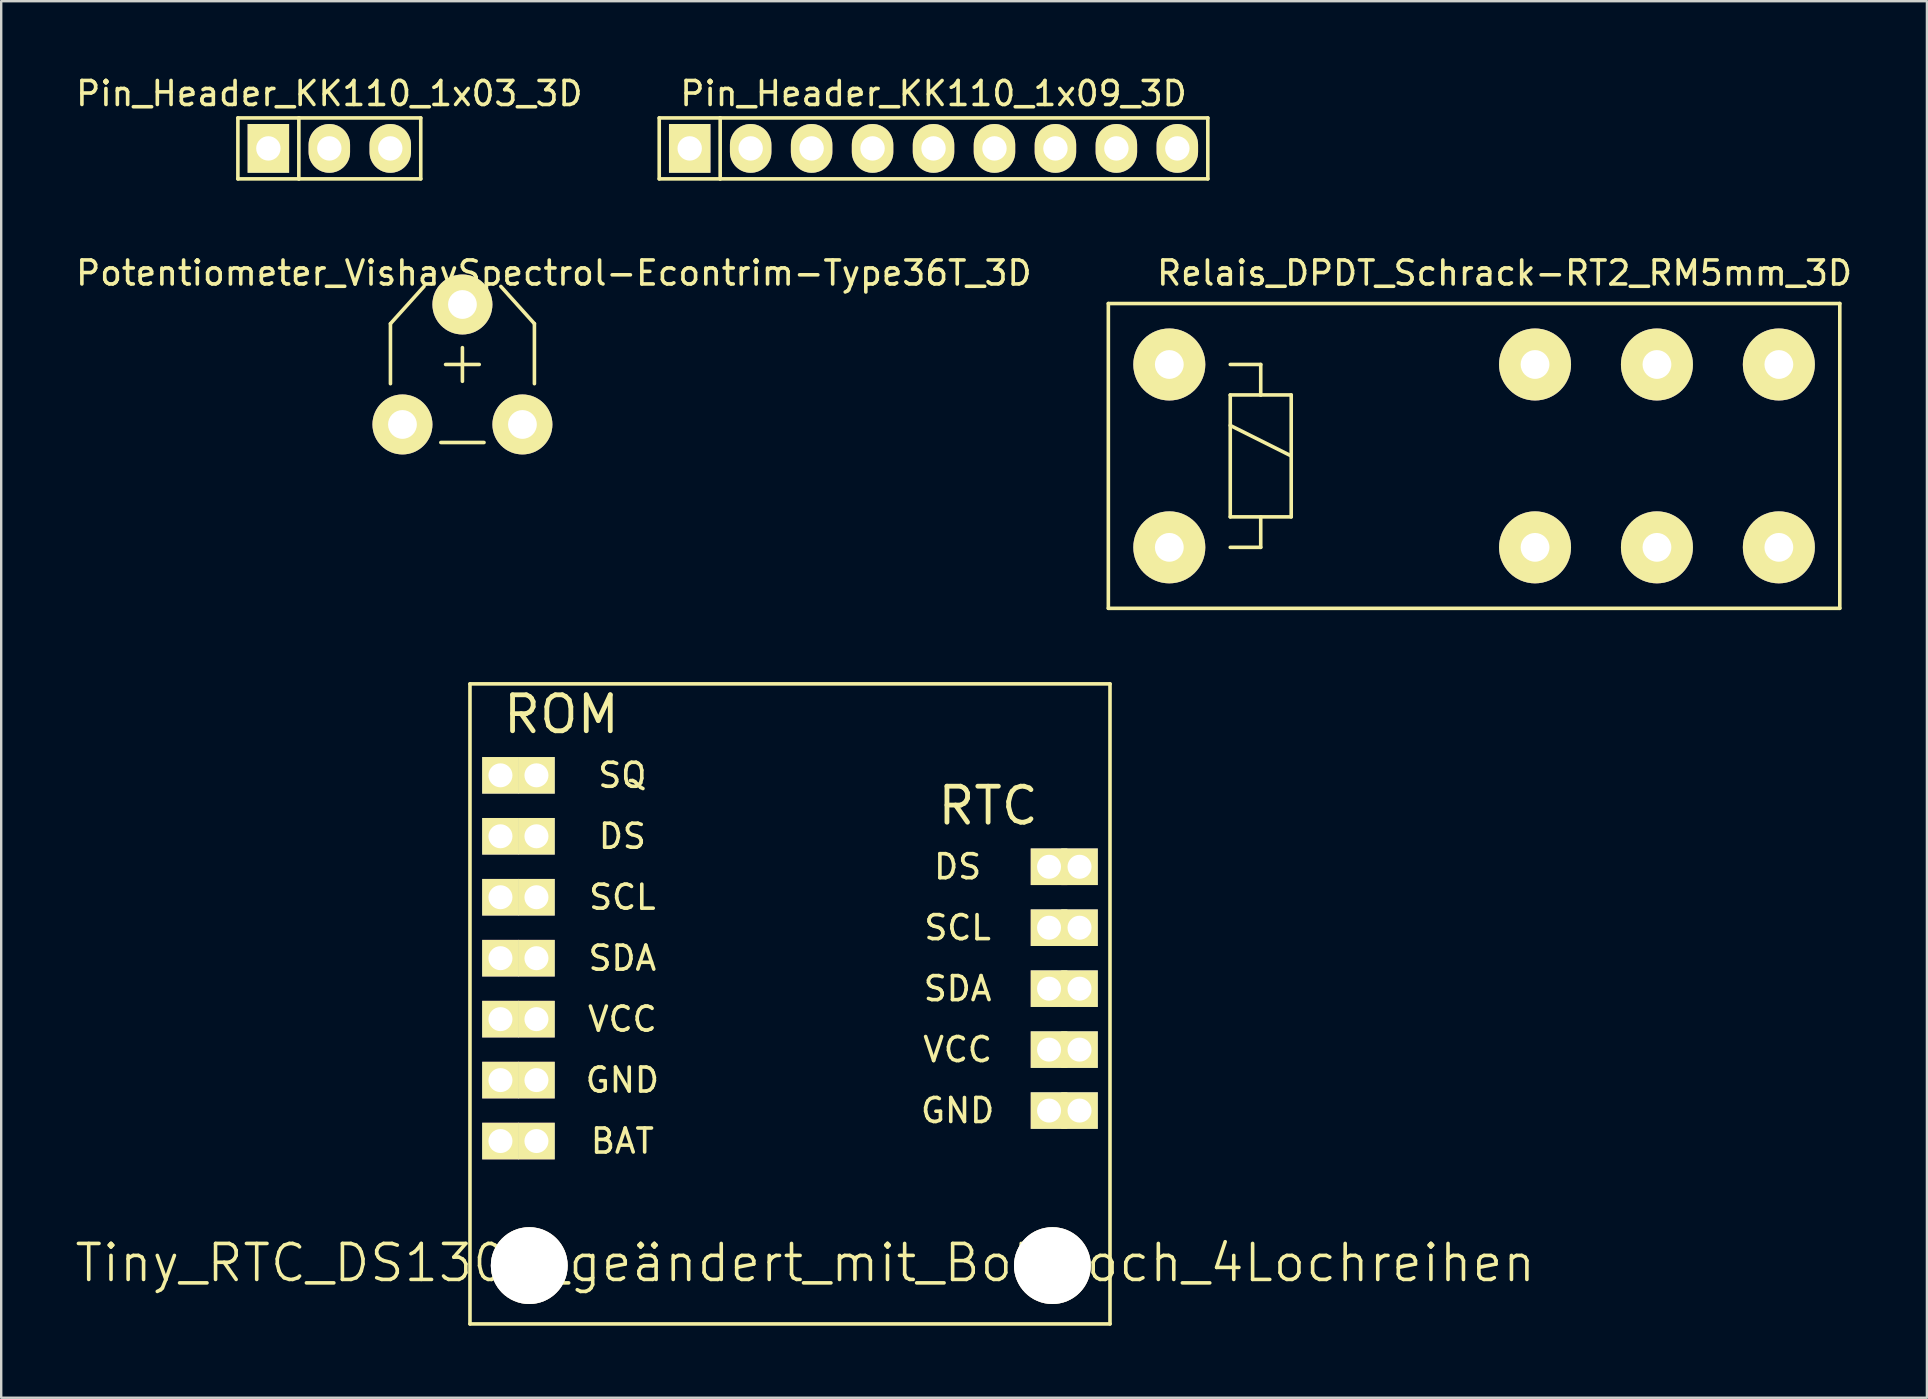
<source format=kicad_pcb>
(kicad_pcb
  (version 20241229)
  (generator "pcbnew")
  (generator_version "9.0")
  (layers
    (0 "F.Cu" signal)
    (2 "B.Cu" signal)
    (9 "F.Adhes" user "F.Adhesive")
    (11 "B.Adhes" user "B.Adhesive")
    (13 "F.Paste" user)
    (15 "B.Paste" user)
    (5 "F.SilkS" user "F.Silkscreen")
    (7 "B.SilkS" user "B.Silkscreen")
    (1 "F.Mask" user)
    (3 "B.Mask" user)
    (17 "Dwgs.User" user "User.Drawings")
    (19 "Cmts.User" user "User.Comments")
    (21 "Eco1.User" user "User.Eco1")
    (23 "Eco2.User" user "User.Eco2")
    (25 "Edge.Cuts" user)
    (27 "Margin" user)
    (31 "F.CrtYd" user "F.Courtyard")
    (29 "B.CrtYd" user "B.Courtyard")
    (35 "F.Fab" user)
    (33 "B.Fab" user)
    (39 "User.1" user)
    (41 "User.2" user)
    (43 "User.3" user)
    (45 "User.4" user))
  (footprint "Pin_Header_KK110_1x03_3D"
    (layer "F.Cu")
    (at 10.673 3.134)
    (property "Reference" "Pin_Header_KK110_1x03_3D" (at 0 -2.286 0) (layer "F.SilkS") (effects (font (size 1 1) (thickness 0.15))))
    (attr through_hole)
    (fp_line (start -3.81 -1.27) (end -3.81 1.27) (stroke (width 0.15) (type solid)) (layer "F.SilkS"))
    (fp_line (start -3.81 -1.27) (end -1.27 -1.27) (stroke (width 0.15) (type solid)) (layer "F.SilkS"))
    (fp_line (start -3.81 1.27) (end -1.27 1.27) (stroke (width 0.15) (type solid)) (layer "F.SilkS"))
    (fp_line (start -1.27 -1.27) (end -1.27 1.27) (stroke (width 0.15) (type solid)) (layer "F.SilkS"))
    (fp_line (start -1.27 1.27) (end 3.81 1.27) (stroke (width 0.15) (type solid)) (layer "F.SilkS"))
    (fp_line (start 3.81 -1.27) (end -1.27 -1.27) (stroke (width 0.15) (type solid)) (layer "F.SilkS"))
    (fp_line (start 3.81 1.27) (end 3.81 -1.27) (stroke (width 0.15) (type solid)) (layer "F.SilkS"))
    (pad "1" thru_hole rect (at -2.54 0) (size 1.727 2.032) (drill 1.016) (layers "*.Cu" "*.Mask" "F.SilkS"))
    (pad "2" thru_hole oval (at 0 0) (size 1.727 2.032) (drill 1.016) (layers "*.Cu" "*.Mask" "F.SilkS"))
    (pad "3" thru_hole oval (at 2.54 0) (size 1.727 2.032) (drill 1.016) (layers "*.Cu" "*.Mask" "F.SilkS")))
  (footprint "Tiny_RTC_DS1307_geändert_mit_Bohrloch_4Lochreihen"
    (layer "F.Cu")
    (at 30.504 40.688)
    (property "Reference" "Tiny_RTC_DS1307_geändert_mit_Bohrloch_4Lochreihen" (at 0 8.89 0) (layer "F.SilkS") (effects (font (size 1.5 1.5) (thickness 0.15))))
    (attr through_hole)
    (fp_line (start -13.97 -15.24) (end 12.7 -15.24) (stroke (width 0.15) (type solid)) (layer "F.SilkS"))
    (fp_line (start -13.97 11.43) (end -13.97 -15.24) (stroke (width 0.15) (type solid)) (layer "F.SilkS"))
    (fp_line (start 12.7 -15.24) (end 12.7 11.43) (stroke (width 0.15) (type solid)) (layer "F.SilkS"))
    (fp_line (start 12.7 11.43) (end -13.97 11.43) (stroke (width 0.15) (type solid)) (layer "F.SilkS"))
    (fp_text user "RTC" (at 7.62 -10.16 0) (layer "F.SilkS") (effects (font (size 1.5 1.5) (thickness 0.2))))
    (fp_text user "GND" (at -7.62 1.27 0) (layer "F.SilkS") (effects (font (size 1 1) (thickness 0.15))))
    (fp_text user "GND" (at 6.35 2.54 0) (layer "F.SilkS") (effects (font (size 1 1) (thickness 0.15))))
    (fp_text user "ROM" (at -10.16 -13.97 0) (layer "F.SilkS") (effects (font (size 1.5 1.5) (thickness 0.2))))
    (fp_text user "BAT" (at -7.62 3.81 0) (layer "F.SilkS") (effects (font (size 1 1) (thickness 0.15))))
    (fp_text user "DS" (at 6.35 -7.62 0) (layer "F.SilkS") (effects (font (size 1 1) (thickness 0.15))))
    (fp_text user "SDA" (at -7.62 -3.81 0) (layer "F.SilkS") (effects (font (size 1 1) (thickness 0.15))))
    (fp_text user "DS" (at -7.62 -8.89 0) (layer "F.SilkS") (effects (font (size 1 1) (thickness 0.15))))
    (fp_text user "SQ" (at -7.62 -11.43 0) (layer "F.SilkS") (effects (font (size 1 1) (thickness 0.15))))
    (fp_text user "VCC" (at -7.62 -1.27 0) (layer "F.SilkS") (effects (font (size 1 1) (thickness 0.15))))
    (fp_text user "SCL" (at -7.62 -6.35 0) (layer "F.SilkS") (effects (font (size 1 1) (thickness 0.15))))
    (fp_text user "SDA" (at 6.35 -2.54 0) (layer "F.SilkS") (effects (font (size 1 1) (thickness 0.15))))
    (fp_text user "SCL" (at 6.35 -5.08 0) (layer "F.SilkS") (effects (font (size 1 1) (thickness 0.15))))
    (fp_text user "VCC" (at 6.35 0 0) (layer "F.SilkS") (effects (font (size 1 1) (thickness 0.15))))
    (pad "Bat" thru_hole rect (at -12.7 3.81) (size 1.524 1.524) (drill 1) (layers "*.Cu" "*.Mask" "F.SilkS"))
    (pad "Bat" thru_hole rect (at -11.2 3.81) (size 1.524 1.524) (drill 1) (layers "*.Cu" "*.Mask" "F.SilkS"))
    (pad "DS" thru_hole rect (at -12.7 -8.89) (size 1.524 1.524) (drill 1) (layers "*.Cu" "*.Mask" "F.SilkS"))
    (pad "DS" thru_hole rect (at -11.2 -8.89) (size 1.524 1.524) (drill 1) (layers "*.Cu" "*.Mask" "F.SilkS"))
    (pad "DS" thru_hole rect (at 10.16 -7.62) (size 1.524 1.524) (drill 1) (layers "*.Cu" "*.Mask" "F.SilkS"))
    (pad "DS" thru_hole rect (at 11.43 -7.62) (size 1.524 1.524) (drill 1) (layers "*.Cu" "*.Mask" "F.SilkS"))
    (pad "GND" thru_hole rect (at -12.7 1.27) (size 1.524 1.524) (drill 1) (layers "*.Cu" "*.Mask" "F.SilkS"))
    (pad "GND" thru_hole rect (at -11.2 1.27) (size 1.524 1.524) (drill 1) (layers "*.Cu" "*.Mask" "F.SilkS"))
    (pad "GND" thru_hole rect (at 10.16 2.54) (size 1.524 1.524) (drill 1) (layers "*.Cu" "*.Mask" "F.SilkS"))
    (pad "GND" thru_hole rect (at 11.43 2.54) (size 1.524 1.524) (drill 1) (layers "*.Cu" "*.Mask" "F.SilkS"))
    (pad "SCL" thru_hole rect (at -12.7 -6.35) (size 1.524 1.524) (drill 1) (layers "*.Cu" "*.Mask" "F.SilkS"))
    (pad "SCL" thru_hole rect (at -11.2 -6.35) (size 1.524 1.524) (drill 1) (layers "*.Cu" "*.Mask" "F.SilkS"))
    (pad "SCL" thru_hole rect (at 10.16 -5.08) (size 1.524 1.524) (drill 1) (layers "*.Cu" "*.Mask" "F.SilkS"))
    (pad "SCL" thru_hole rect (at 11.43 -5.08) (size 1.524 1.524) (drill 1) (layers "*.Cu" "*.Mask" "F.SilkS"))
    (pad "SDA" thru_hole rect (at -12.7 -3.81) (size 1.524 1.524) (drill 1) (layers "*.Cu" "*.Mask" "F.SilkS"))
    (pad "SDA" thru_hole rect (at -11.2 -3.81) (size 1.524 1.524) (drill 1) (layers "*.Cu" "*.Mask" "F.SilkS"))
    (pad "SDA" thru_hole rect (at 10.16 -2.54) (size 1.524 1.524) (drill 1) (layers "*.Cu" "*.Mask" "F.SilkS"))
    (pad "SDA" thru_hole rect (at 11.43 -2.54) (size 1.524 1.524) (drill 1) (layers "*.Cu" "*.Mask" "F.SilkS"))
    (pad "SQ" thru_hole rect (at -12.7 -11.43) (size 1.524 1.524) (drill 1) (layers "*.Cu" "*.Mask" "F.SilkS"))
    (pad "SQ" thru_hole rect (at -11.2 -11.43) (size 1.524 1.524) (drill 1) (layers "*.Cu" "*.Mask" "F.SilkS"))
    (pad "VCC" thru_hole rect (at -12.7 -1.27) (size 1.524 1.524) (drill 1) (layers "*.Cu" "*.Mask" "F.SilkS"))
    (pad "VCC" thru_hole rect (at -11.2 -1.27) (size 1.524 1.524) (drill 1) (layers "*.Cu" "*.Mask" "F.SilkS"))
    (pad "VCC" thru_hole rect (at 10.16 0) (size 1.524 1.524) (drill 1) (layers "*.Cu" "*.Mask" "F.SilkS"))
    (pad "VCC" thru_hole rect (at 11.43 0) (size 1.524 1.524) (drill 1) (layers "*.Cu" "*.Mask" "F.SilkS"))
    (pad "~" thru_hole circle (at -11.5 9) (size 3.2 3.2) (drill 3.2) (layers "*.Cu" "*.Mask" "F.SilkS"))
    (pad "~" thru_hole circle (at 10.3 9) (size 3.2 3.2) (drill 3.2) (layers "*.Cu" "*.Mask" "F.SilkS")))
  (footprint "Relais_DPDT_Schrack-RT2_RM5mm_3D"
    (layer "F.Cu")
    (at 45.675 19.758)
    (property "Reference" "Relais_DPDT_Schrack-RT2_RM5mm_3D" (at 13.97 -11.43 0) (layer "F.SilkS") (effects (font (size 1 1) (thickness 0.15))))
    (attr through_hole)
    (fp_line (start -2.54 -10.16) (end 27.94 -10.16) (stroke (width 0.15) (type solid)) (layer "F.SilkS"))
    (fp_line (start -2.54 2.54) (end -2.54 -10.16) (stroke (width 0.15) (type solid)) (layer "F.SilkS"))
    (fp_line (start 2.54 -7.62) (end 3.81 -7.62) (stroke (width 0.15) (type solid)) (layer "F.SilkS"))
    (fp_line (start 2.54 -6.35) (end 3.81 -6.35) (stroke (width 0.15) (type solid)) (layer "F.SilkS"))
    (fp_line (start 2.54 -5.08) (end 5.08 -3.81) (stroke (width 0.15) (type solid)) (layer "F.SilkS"))
    (fp_line (start 2.54 -1.27) (end 2.54 -6.35) (stroke (width 0.15) (type solid)) (layer "F.SilkS"))
    (fp_line (start 3.81 -7.62) (end 3.81 -6.35) (stroke (width 0.15) (type solid)) (layer "F.SilkS"))
    (fp_line (start 3.81 -6.35) (end 5.08 -6.35) (stroke (width 0.15) (type solid)) (layer "F.SilkS"))
    (fp_line (start 3.81 -1.27) (end 3.81 0) (stroke (width 0.15) (type solid)) (layer "F.SilkS"))
    (fp_line (start 3.81 0) (end 2.54 0) (stroke (width 0.15) (type solid)) (layer "F.SilkS"))
    (fp_line (start 5.08 -6.35) (end 5.08 -1.27) (stroke (width 0.15) (type solid)) (layer "F.SilkS"))
    (fp_line (start 5.08 -1.27) (end 2.54 -1.27) (stroke (width 0.15) (type solid)) (layer "F.SilkS"))
    (fp_line (start 27.94 -10.16) (end 27.94 2.54) (stroke (width 0.15) (type solid)) (layer "F.SilkS"))
    (fp_line (start 27.94 2.54) (end -2.54 2.54) (stroke (width 0.15) (type solid)) (layer "F.SilkS"))
    (pad "1" thru_hole circle (at 15.24 0) (size 3 3) (drill 1.199) (layers "*.Cu" "*.Mask" "F.SilkS"))
    (pad "3" thru_hole circle (at 25.4 0) (size 3 3) (drill 1.199) (layers "*.Cu" "*.Mask" "F.SilkS"))
    (pad "5" thru_hole circle (at 20.32 0) (size 3 3) (drill 1.199) (layers "*.Cu" "*.Mask" "F.SilkS"))
    (pad "8" thru_hole circle (at 0 -7.62) (size 3 3) (drill 1.199) (layers "*.Cu" "*.Mask" "F.SilkS"))
    (pad "9" thru_hole circle (at 0 0) (size 3 3) (drill 1.199) (layers "*.Cu" "*.Mask" "F.SilkS"))
    (pad "12" thru_hole circle (at 20.32 -7.62) (size 3 3) (drill 1.199) (layers "*.Cu" "*.Mask" "F.SilkS"))
    (pad "14" thru_hole circle (at 25.4 -7.62) (size 3 3) (drill 1.199) (layers "*.Cu" "*.Mask" "F.SilkS"))
    (pad "16" thru_hole circle (at 15.24 -7.62) (size 3 3) (drill 1.199) (layers "*.Cu" "*.Mask" "F.SilkS")))
  (footprint "Pin_Header_KK110_1x09_3D"
    (layer "F.Cu")
    (at 35.85 3.134)
    (property "Reference" "Pin_Header_KK110_1x09_3D" (at 0 -2.286 0) (layer "F.SilkS") (effects (font (size 1 1) (thickness 0.15))))
    (attr through_hole)
    (fp_line (start -11.43 -1.27) (end -11.43 1.27) (stroke (width 0.15) (type solid)) (layer "F.SilkS"))
    (fp_line (start -11.43 -1.27) (end -8.89 -1.27) (stroke (width 0.15) (type solid)) (layer "F.SilkS"))
    (fp_line (start -11.43 1.27) (end -8.89 1.27) (stroke (width 0.15) (type solid)) (layer "F.SilkS"))
    (fp_line (start -8.89 -1.27) (end -8.89 1.27) (stroke (width 0.15) (type solid)) (layer "F.SilkS"))
    (fp_line (start -8.89 -1.27) (end 11.43 -1.27) (stroke (width 0.15) (type solid)) (layer "F.SilkS"))
    (fp_line (start 11.43 -1.27) (end 11.43 1.27) (stroke (width 0.15) (type solid)) (layer "F.SilkS"))
    (fp_line (start 11.43 1.27) (end -8.89 1.27) (stroke (width 0.15) (type solid)) (layer "F.SilkS"))
    (pad "1" thru_hole rect (at -10.16 0) (size 1.727 2.032) (drill 1.016) (layers "*.Cu" "*.Mask" "F.SilkS"))
    (pad "2" thru_hole oval (at -7.62 0) (size 1.727 2.032) (drill 1.016) (layers "*.Cu" "*.Mask" "F.SilkS"))
    (pad "3" thru_hole oval (at -5.08 0) (size 1.727 2.032) (drill 1.016) (layers "*.Cu" "*.Mask" "F.SilkS"))
    (pad "4" thru_hole oval (at -2.54 0) (size 1.727 2.032) (drill 1.016) (layers "*.Cu" "*.Mask" "F.SilkS"))
    (pad "5" thru_hole oval (at 0 0) (size 1.727 2.032) (drill 1.016) (layers "*.Cu" "*.Mask" "F.SilkS"))
    (pad "6" thru_hole oval (at 2.54 0) (size 1.727 2.032) (drill 1.016) (layers "*.Cu" "*.Mask" "F.SilkS"))
    (pad "7" thru_hole oval (at 5.08 0) (size 1.727 2.032) (drill 1.016) (layers "*.Cu" "*.Mask" "F.SilkS"))
    (pad "8" thru_hole oval (at 7.62 0) (size 1.727 2.032) (drill 1.016) (layers "*.Cu" "*.Mask" "F.SilkS"))
    (pad "9" thru_hole oval (at 10.16 0) (size 1.727 2.032) (drill 1.016) (layers "*.Cu" "*.Mask" "F.SilkS")))
  (footprint "Potentiometer_VishaySpectrol-Econtrim-Type36T_3D"
    (layer "F.Cu")
    (at 13.72 14.637)
    (property "Reference" "Potentiometer_VishaySpectrol-Econtrim-Type36T_3D" (at 6.309 -6.309 0) (layer "F.SilkS") (effects (font (size 1 1) (thickness 0.15))))
    (attr through_hole)
    (fp_line (start -0.5 -4.199) (end -0.5 -1.699) (stroke (width 0.15) (type solid)) (layer "F.SilkS"))
    (fp_line (start 0.899 -5.751) (end -0.5 -4.199) (stroke (width 0.15) (type solid)) (layer "F.SilkS"))
    (fp_line (start 1.6 0.752) (end 3.399 0.752) (stroke (width 0.15) (type solid)) (layer "F.SilkS"))
    (fp_line (start 1.798 -2.499) (end 3.2 -2.499) (stroke (width 0.15) (type solid)) (layer "F.SilkS"))
    (fp_line (start 2.499 -1.798) (end 2.499 -3.2) (stroke (width 0.15) (type solid)) (layer "F.SilkS"))
    (fp_line (start 4.1 -5.751) (end 5.499 -4.199) (stroke (width 0.15) (type solid)) (layer "F.SilkS"))
    (fp_line (start 5.499 -4.199) (end 5.499 -1.699) (stroke (width 0.15) (type solid)) (layer "F.SilkS"))
    (pad "1" thru_hole circle (at 0 0) (size 2.499 2.499) (drill 1.199) (layers "*.Cu" "*.Mask" "F.SilkS"))
    (pad "2" thru_hole circle (at 2.499 -4.999) (size 2.499 2.499) (drill 1.199) (layers "*.Cu" "*.Mask" "F.SilkS"))
    (pad "3" thru_hole circle (at 4.999 0) (size 2.499 2.499) (drill 1.199) (layers "*.Cu" "*.Mask" "F.SilkS")))
  (gr_rect
    (start -3 -3)
    (end 77.246 55.193)
    (stroke (width 0.1) (type default))
    (fill no)
    (layer "Edge.Cuts")))
</source>
